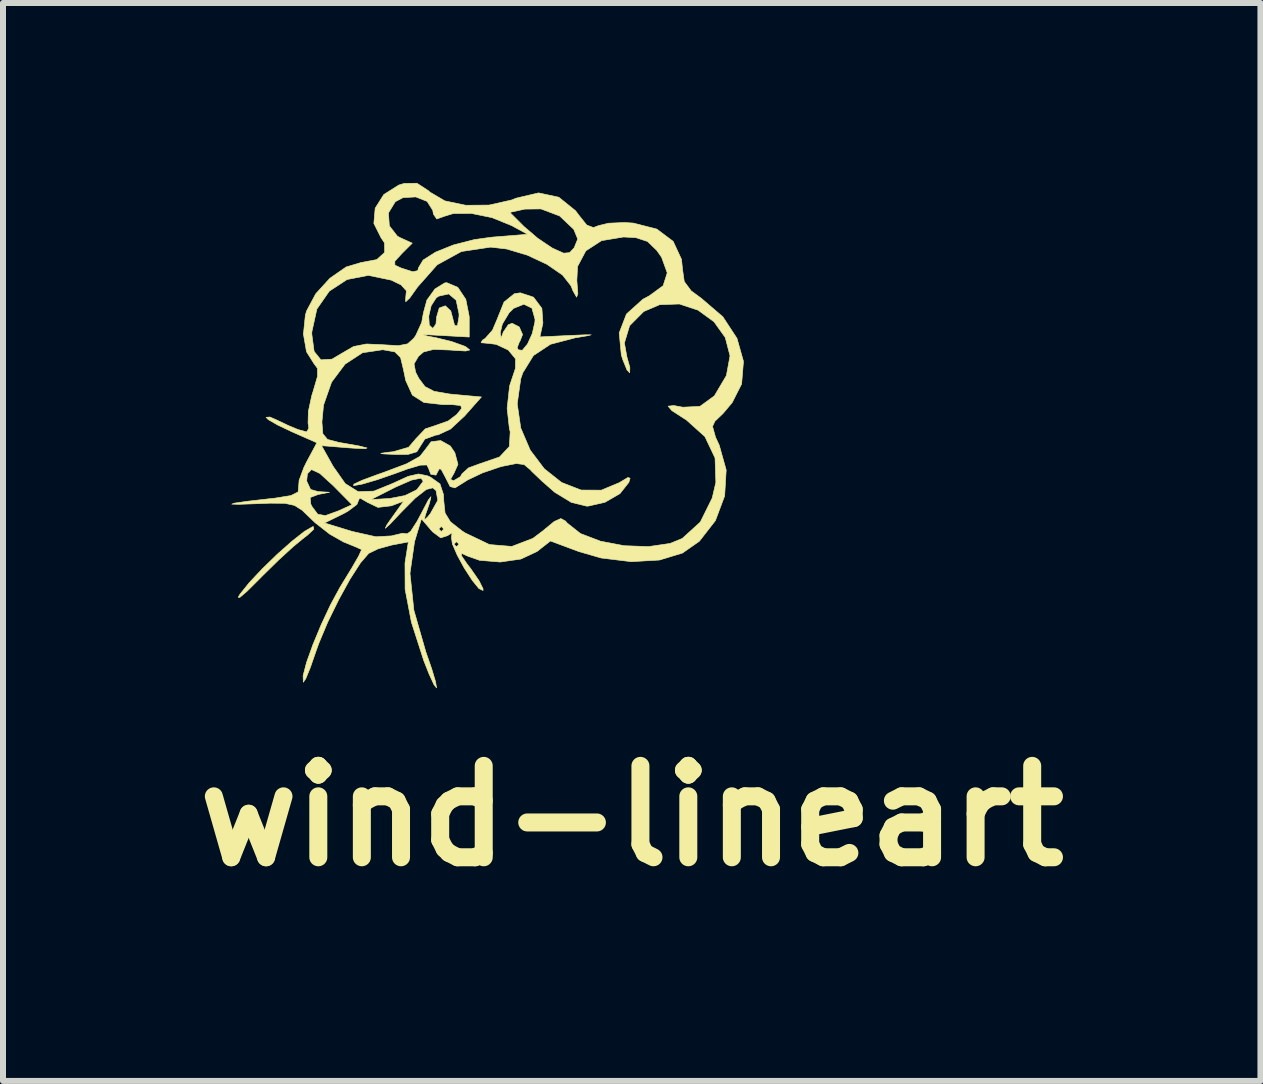
<source format=kicad_pcb>
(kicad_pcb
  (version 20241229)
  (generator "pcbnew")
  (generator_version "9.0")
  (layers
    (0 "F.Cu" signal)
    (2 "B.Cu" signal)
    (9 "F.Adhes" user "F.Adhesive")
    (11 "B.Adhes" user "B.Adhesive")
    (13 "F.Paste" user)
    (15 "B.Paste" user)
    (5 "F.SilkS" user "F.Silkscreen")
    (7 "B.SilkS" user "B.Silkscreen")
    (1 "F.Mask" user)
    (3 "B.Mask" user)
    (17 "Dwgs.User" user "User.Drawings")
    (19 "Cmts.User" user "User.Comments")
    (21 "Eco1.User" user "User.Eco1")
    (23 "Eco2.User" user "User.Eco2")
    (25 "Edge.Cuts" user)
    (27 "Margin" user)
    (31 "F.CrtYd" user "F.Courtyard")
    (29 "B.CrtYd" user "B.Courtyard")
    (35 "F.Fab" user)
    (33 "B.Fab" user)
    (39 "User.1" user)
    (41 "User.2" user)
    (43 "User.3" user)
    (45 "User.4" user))
  (footprint "wind-lineart"
    (layer "F.Cu")
    (at 4.942 4.203)
    (property "Reference" "wind-lineart" (at 2.54 6.35 0) (layer "F.SilkS") (effects (font (size 1.524 1.524) (thickness 0.3))))
    (attr through_hole)
    (fp_poly (pts (xy -2.761 1.57) (xy -2.871 1.673) (xy -2.921 1.71) (xy -3.101 1.858) (xy -3.349 2.085) (xy -3.618 2.349) (xy -3.674 2.406) (xy -3.872 2.603) (xy -3.993 2.706) (xy -4.021 2.704) (xy -3.992 2.655) (xy -3.838 2.463) (xy -3.619 2.23) (xy -3.37 1.988) (xy -3.124 1.77) (xy -2.916 1.606) (xy -2.782 1.529) (xy -2.766 1.527) (xy -2.761 1.57)) (stroke (width 0.01) (type solid)) (fill yes) (layer "F.SilkS"))
    (fp_poly (pts (xy 0.903 -2.298) (xy 1.042 -2.112) (xy 1.059 -1.867) (xy 1.059 -1.866) (xy 1.009 -1.636) (xy 1.499 -1.66) (xy 1.762 -1.671) (xy 1.864 -1.671) (xy 1.812 -1.657) (xy 1.615 -1.624) (xy 1.601 -1.622) (xy 1.185 -1.513) (xy 0.901 -1.325) (xy 0.724 -1.038) (xy 0.69 -0.939) (xy 0.631 -0.521) (xy 0.69 -0.116) (xy 0.848 0.252) (xy 1.082 0.562) (xy 1.371 0.791) (xy 1.695 0.917) (xy 2.033 0.919) (xy 2.333 0.794) (xy 2.476 0.708) (xy 2.513 0.72) (xy 2.492 0.789) (xy 2.344 0.976) (xy 2.094 1.121) (xy 1.812 1.185) (xy 1.787 1.185) (xy 1.533 1.123) (xy 1.264 0.959) (xy 1.255 0.953) (xy 1.046 0.77) (xy 0.876 0.608) (xy 0.847 0.576) (xy 0.746 0.492) (xy 0.615 0.475) (xy 0.393 0.519) (xy 0.339 0.533) (xy 0.054 0.63) (xy -0.196 0.749) (xy -0.254 0.786) (xy -0.406 0.881) (xy -0.488 0.859) (xy -0.568 0.701) (xy -0.568 0.701) (xy -0.638 0.57) (xy -0.673 0.564) (xy -0.674 0.572) (xy -0.724 0.668) (xy -0.81 0.653) (xy -0.847 0.554) (xy -0.876 0.499) (xy -0.984 0.502) (xy -1.2 0.566) (xy -1.399 0.639) (xy -1.698 0.743) (xy -1.95 0.817) (xy -2.097 0.844) (xy -2.093 0.819) (xy -1.954 0.754) (xy -1.709 0.663) (xy -1.595 0.623) (xy -1.217 0.481) (xy -0.992 0.356) (xy -0.904 0.245) (xy -0.804 0.111) (xy -0.645 0.092) (xy -0.484 0.183) (xy -0.409 0.294) (xy -0.357 0.488) (xy -0.421 0.632) (xy -0.481 0.738) (xy -0.431 0.762) (xy -0.317 0.695) (xy -0.288 0.645) (xy -0.18 0.547) (xy 0.017 0.475) (xy 0.021 0.474) (xy 0.337 0.365) (xy 0.5 0.191) (xy 0.514 -0.054) (xy 0.5 -0.111) (xy 0.463 -0.445) (xy 0.504 -0.82) (xy 0.601 -1.111) (xy 0.603 -1.271) (xy 0.481 -1.418) (xy 0.279 -1.512) (xy 0.163 -1.527) (xy 0.029 -1.539) (xy 0.05 -1.581) (xy 0.096 -1.61) (xy 0.181 -1.705) (xy 0.348 -1.705) (xy 0.362 -1.618) (xy 0.391 -1.693) (xy 0.397 -1.714) (xy 0.483 -1.84) (xy 0.547 -1.863) (xy 0.665 -1.802) (xy 0.72 -1.676) (xy 0.678 -1.567) (xy 0.672 -1.563) (xy 0.631 -1.459) (xy 0.646 -1.422) (xy 0.715 -1.412) (xy 0.803 -1.518) (xy 0.882 -1.692) (xy 0.926 -1.886) (xy 0.928 -1.929) (xy 0.876 -2.116) (xy 0.741 -2.181) (xy 0.57 -2.112) (xy 0.495 -2.037) (xy 0.383 -1.85) (xy 0.348 -1.705) (xy 0.181 -1.705) (xy 0.219 -1.749) (xy 0.294 -1.925) (xy 0.411 -2.217) (xy 0.583 -2.356) (xy 0.682 -2.371) (xy 0.903 -2.298)) (stroke (width 0.01) (type solid)) (fill yes) (layer "F.SilkS"))
    (fp_poly (pts (xy -0.848 -4.073) (xy -0.826 -4.051) (xy -0.576 -3.904) (xy -0.229 -3.831) (xy 0.161 -3.834) (xy 0.535 -3.918) (xy 0.613 -3.949) (xy 0.987 -4.037) (xy 1.324 -3.965) (xy 1.603 -3.74) (xy 1.656 -3.669) (xy 1.791 -3.5) (xy 1.903 -3.459) (xy 1.985 -3.491) (xy 2.155 -3.532) (xy 2.417 -3.543) (xy 2.566 -3.534) (xy 2.958 -3.434) (xy 3.231 -3.229) (xy 3.37 -2.929) (xy 3.387 -2.761) (xy 3.416 -2.559) (xy 3.531 -2.404) (xy 3.701 -2.279) (xy 4.059 -1.972) (xy 4.295 -1.612) (xy 4.403 -1.228) (xy 4.372 -0.851) (xy 4.215 -0.541) (xy 4.063 -0.36) (xy 3.939 -0.241) (xy 3.929 -0.234) (xy 3.887 -0.144) (xy 3.938 0.039) (xy 3.999 0.169) (xy 4.115 0.583) (xy 4.089 1.016) (xy 3.935 1.427) (xy 3.667 1.771) (xy 3.385 1.968) (xy 3.002 2.084) (xy 2.532 2.111) (xy 2.03 2.05) (xy 1.654 1.941) (xy 1.185 1.766) (xy 0.962 1.941) (xy 0.693 2.067) (xy 0.347 2.117) (xy 0.002 2.088) (xy -0.196 2.018) (xy -0.295 1.973) (xy -0.301 2.009) (xy -0.208 2.145) (xy -0.139 2.235) (xy -0.006 2.428) (xy 0.061 2.562) (xy 0.061 2.592) (xy -0.007 2.56) (xy -0.12 2.421) (xy -0.25 2.22) (xy -0.369 2.003) (xy -0.448 1.82) (xy -0.423 1.82) (xy -0.381 1.863) (xy -0.339 1.82) (xy -0.381 1.778) (xy -0.423 1.82) (xy -0.448 1.82) (xy -0.45 1.816) (xy -0.466 1.706) (xy -0.455 1.63) (xy -0.532 1.678) (xy -0.645 1.714) (xy -0.778 1.615) (xy -0.806 1.584) (xy -0.821 1.566) (xy -0.677 1.566) (xy -0.635 1.609) (xy -0.593 1.566) (xy -0.635 1.524) (xy -0.677 1.566) (xy -0.821 1.566) (xy -0.966 1.397) (xy -1.081 1.778) (xy -1.157 2.305) (xy -1.092 2.921) (xy -0.893 3.614) (xy -0.795 3.897) (xy -0.731 4.11) (xy -0.714 4.212) (xy -0.715 4.215) (xy -0.758 4.159) (xy -0.839 3.983) (xy -0.927 3.76) (xy -1.133 3.12) (xy -1.238 2.571) (xy -1.24 2.134) (xy -1.236 2.108) (xy -1.184 1.782) (xy -1.46 1.834) (xy -1.686 1.896) (xy -1.844 1.972) (xy -1.845 1.973) (xy -1.982 2.131) (xy -2.157 2.403) (xy -2.346 2.747) (xy -2.528 3.118) (xy -2.677 3.473) (xy -2.727 3.613) (xy -2.819 3.878) (xy -2.894 4.061) (xy -2.935 4.121) (xy -2.935 4.121) (xy -2.939 4.012) (xy -2.881 3.79) (xy -2.775 3.494) (xy -2.637 3.162) (xy -2.482 2.831) (xy -2.325 2.541) (xy -2.291 2.485) (xy -2.129 2.22) (xy -2.013 2.019) (xy -1.965 1.915) (xy -1.965 1.909) (xy -2.052 1.869) (xy -2.233 1.795) (xy -2.262 1.784) (xy -2.495 1.652) (xy -2.732 1.466) (xy -2.582 1.466) (xy -2.117 1.608) (xy -1.724 1.696) (xy -1.459 1.681) (xy -1.449 1.677) (xy -1.281 1.637) (xy -1.203 1.647) (xy -1.145 1.604) (xy -1.042 1.445) (xy -0.959 1.29) (xy -0.85 1.081) (xy -0.807 1.028) (xy -0.83 1.131) (xy -0.9 1.333) (xy -0.921 1.418) (xy -0.865 1.369) (xy -0.818 1.312) (xy -0.693 1.088) (xy -0.722 0.926) (xy -0.776 0.88) (xy -0.884 0.907) (xy -1.07 1.052) (xy -1.294 1.277) (xy -1.485 1.48) (xy -1.568 1.555) (xy -1.546 1.503) (xy -1.488 1.419) (xy -1.262 1.102) (xy -1.468 1.18) (xy -1.691 1.206) (xy -1.866 1.122) (xy -1.945 1.076) (xy -1.808 1.076) (xy -1.489 1.057) (xy -1.241 1.009) (xy -1.052 0.917) (xy -1.035 0.902) (xy -0.936 0.77) (xy -0.972 0.719) (xy -1.128 0.75) (xy -1.39 0.864) (xy -1.404 0.871) (xy -1.808 1.076) (xy -1.945 1.076) (xy -1.987 1.052) (xy -2.008 1.07) (xy -2.007 1.072) (xy -2.042 1.158) (xy -2.192 1.27) (xy -2.268 1.312) (xy -2.582 1.466) (xy -2.732 1.466) (xy -2.743 1.457) (xy -2.807 1.396) (xy -2.954 1.254) (xy -3.082 1.173) (xy -3.243 1.138) (xy -3.489 1.136) (xy -3.72 1.145) (xy -4.008 1.155) (xy -4.128 1.152) (xy -4.081 1.135) (xy -3.866 1.104) (xy -3.483 1.06) (xy -3.413 1.053) (xy -3.142 1.009) (xy -3.022 0.949) (xy -3.016 0.893) (xy -3.006 0.767) (xy -2.879 0.767) (xy -2.814 0.907) (xy -2.688 0.943) (xy -2.498 0.954) (xy -2.688 0.991) (xy -2.821 1.042) (xy -2.811 1.15) (xy -2.791 1.191) (xy -2.695 1.32) (xy -2.568 1.343) (xy -2.357 1.267) (xy -2.336 1.258) (xy -2.123 1.161) (xy -2.437 0.843) (xy -2.66 0.64) (xy -2.799 0.575) (xy -2.867 0.646) (xy -2.879 0.767) (xy -3.006 0.767) (xy -3.005 0.755) (xy -2.926 0.541) (xy -2.884 0.455) (xy -2.709 0.129) (xy -3.133 -0.058) (xy -3.366 -0.169) (xy -3.52 -0.258) (xy -3.556 -0.295) (xy -3.494 -0.301) (xy -3.392 -0.257) (xy -3.179 -0.156) (xy -3.024 -0.092) (xy -2.879 -0.052) (xy -2.843 -0.115) (xy -2.856 -0.2) (xy -2.851 -0.394) (xy -2.795 -0.655) (xy -2.768 -0.741) (xy -2.699 -0.977) (xy -2.699 -1.112) (xy -2.757 -1.19) (xy -2.882 -1.389) (xy -2.933 -1.681) (xy -2.933 -1.685) (xy -2.794 -1.685) (xy -2.755 -1.394) (xy -2.642 -1.254) (xy -2.458 -1.265) (xy -2.297 -1.36) (xy -2.098 -1.476) (xy -1.882 -1.518) (xy -1.616 -1.506) (xy -1.352 -1.49) (xy -1.197 -1.52) (xy -1.095 -1.611) (xy -1.06 -1.661) (xy -0.961 -1.878) (xy -0.943 -1.982) (xy -0.844 -1.982) (xy -0.835 -1.833) (xy -0.776 -1.778) (xy -0.724 -1.85) (xy -0.713 -1.968) (xy -0.669 -2.118) (xy -0.568 -2.155) (xy -0.477 -2.07) (xy -0.459 -2.003) (xy -0.413 -1.829) (xy -0.366 -1.82) (xy -0.34 -1.972) (xy -0.339 -2.021) (xy -0.387 -2.248) (xy -0.511 -2.353) (xy -0.68 -2.315) (xy -0.721 -2.285) (xy -0.804 -2.155) (xy -0.844 -1.982) (xy -0.943 -1.982) (xy -0.931 -2.044) (xy -0.875 -2.25) (xy -0.74 -2.436) (xy -0.578 -2.536) (xy -0.543 -2.54) (xy -0.36 -2.463) (xy -0.226 -2.262) (xy -0.17 -1.979) (xy -0.169 -1.954) (xy -0.169 -1.634) (xy -0.614 -1.659) (xy -0.856 -1.672) (xy -0.937 -1.67) (xy -0.868 -1.65) (xy -0.72 -1.622) (xy -0.46 -1.558) (xy -0.25 -1.483) (xy -0.221 -1.468) (xy -0.16 -1.418) (xy -0.229 -1.401) (xy -0.447 -1.414) (xy -0.479 -1.417) (xy -0.761 -1.428) (xy -0.931 -1.385) (xy -1.015 -1.313) (xy -1.089 -1.187) (xy -1.063 -1.048) (xy -1.009 -0.944) (xy -0.906 -0.807) (xy -0.755 -0.729) (xy -0.502 -0.685) (xy -0.425 -0.677) (xy 0.034 -0.635) (xy -0.246 -0.318) (xy -0.481 -0.1) (xy -0.689 -0.003) (xy -0.723 0) (xy -0.91 0.068) (xy -0.974 0.169) (xy -1.043 0.279) (xy -1.19 0.323) (xy -1.382 0.324) (xy -1.594 0.315) (xy -1.644 0.305) (xy -1.539 0.289) (xy -1.437 0.278) (xy -1.18 0.204) (xy -1.056 0.059) (xy -0.902 -0.103) (xy -0.75 -0.153) (xy -0.519 -0.235) (xy -0.377 -0.343) (xy -0.295 -0.444) (xy -0.311 -0.492) (xy -0.451 -0.507) (xy -0.612 -0.508) (xy -0.923 -0.542) (xy -1.117 -0.666) (xy -1.228 -0.91) (xy -1.264 -1.084) (xy -1.314 -1.293) (xy -1.41 -1.387) (xy -1.609 -1.422) (xy -1.614 -1.422) (xy -1.948 -1.372) (xy -2.239 -1.182) (xy -2.464 -0.882) (xy -2.598 -0.499) (xy -2.625 -0.218) (xy -2.61 -0.022) (xy -2.532 0.073) (xy -2.342 0.123) (xy -2.307 0.129) (xy -2.009 0.181) (xy -1.873 0.215) (xy -1.901 0.228) (xy -2.095 0.219) (xy -2.184 0.213) (xy -2.631 0.177) (xy -2.438 0.522) (xy -2.236 0.81) (xy -2.021 0.944) (xy -1.759 0.935) (xy -1.445 0.807) (xy -1.188 0.689) (xy -1.016 0.649) (xy -0.867 0.679) (xy -0.815 0.702) (xy -0.657 0.814) (xy -0.598 0.993) (xy -0.593 1.103) (xy -0.572 1.3) (xy -0.483 1.446) (xy -0.288 1.599) (xy -0.237 1.632) (xy 0.169 1.826) (xy 0.541 1.857) (xy 0.892 1.723) (xy 1.059 1.597) (xy 1.247 1.442) (xy 1.358 1.392) (xy 1.436 1.434) (xy 1.464 1.467) (xy 1.685 1.642) (xy 2.02 1.77) (xy 2.415 1.845) (xy 2.819 1.86) (xy 3.181 1.807) (xy 3.383 1.724) (xy 3.684 1.45) (xy 3.882 1.05) (xy 3.943 0.788) (xy 3.929 0.381) (xy 3.76 0.026) (xy 3.447 -0.255) (xy 3.424 -0.268) (xy 3.208 -0.408) (xy 3.147 -0.481) (xy 3.24 -0.492) (xy 3.392 -0.464) (xy 3.677 -0.478) (xy 3.918 -0.653) (xy 4.118 -0.991) (xy 4.119 -0.995) (xy 4.179 -1.321) (xy 4.099 -1.627) (xy 3.912 -1.888) (xy 3.646 -2.082) (xy 3.334 -2.185) (xy 3.005 -2.173) (xy 2.741 -2.06) (xy 2.505 -1.823) (xy 2.418 -1.535) (xy 2.46 -1.301) (xy 2.509 -1.126) (xy 2.506 -1.038) (xy 2.461 -1.085) (xy 2.394 -1.25) (xy 2.367 -1.333) (xy 2.331 -1.702) (xy 2.452 -2.017) (xy 2.726 -2.264) (xy 2.833 -2.321) (xy 3.064 -2.49) (xy 3.132 -2.704) (xy 3.038 -2.964) (xy 2.957 -3.079) (xy 2.804 -3.227) (xy 2.61 -3.291) (xy 2.403 -3.302) (xy 2.037 -3.241) (xy 1.775 -3.071) (xy 1.637 -2.811) (xy 1.625 -2.577) (xy 1.642 -2.356) (xy 1.621 -2.299) (xy 1.56 -2.406) (xy 1.528 -2.487) (xy 1.387 -2.667) (xy 1.127 -2.846) (xy 0.8 -2.999) (xy 0.455 -3.102) (xy 0.187 -3.133) (xy -0.299 -3.06) (xy -0.704 -2.838) (xy -1.033 -2.466) (xy -1.036 -2.461) (xy -1.16 -2.286) (xy -1.228 -2.222) (xy -1.23 -2.267) (xy -1.217 -2.405) (xy -1.305 -2.503) (xy -1.47 -2.583) (xy -1.851 -2.662) (xy -2.205 -2.593) (xy -2.502 -2.399) (xy -2.709 -2.101) (xy -2.793 -1.72) (xy -2.794 -1.685) (xy -2.933 -1.685) (xy -2.901 -1.999) (xy -2.88 -2.07) (xy -2.728 -2.355) (xy -2.492 -2.614) (xy -2.221 -2.802) (xy -1.963 -2.879) (xy -1.955 -2.879) (xy -1.711 -2.925) (xy -1.579 -3.044) (xy -1.582 -3.205) (xy -1.639 -3.289) (xy -1.759 -3.528) (xy -1.744 -3.703) (xy -1.516 -3.703) (xy -1.501 -3.488) (xy -1.368 -3.317) (xy -1.322 -3.291) (xy -1.119 -3.199) (xy -1.294 -3.024) (xy -1.41 -2.897) (xy -1.408 -2.833) (xy -1.306 -2.785) (xy -1.109 -2.722) (xy -1.026 -2.741) (xy -1.016 -2.787) (xy -0.938 -2.917) (xy -0.731 -3.049) (xy -0.433 -3.169) (xy -0.082 -3.259) (xy 0.207 -3.299) (xy 0.804 -3.347) (xy 0.538 -3.492) (xy 0.21 -3.625) (xy -0.134 -3.695) (xy -0.434 -3.693) (xy -0.576 -3.65) (xy -0.711 -3.602) (xy -0.766 -3.684) (xy -0.771 -3.712) (xy 0.508 -3.712) (xy 0.743 -3.477) (xy 0.971 -3.282) (xy 1.21 -3.121) (xy 1.227 -3.112) (xy 1.405 -3.032) (xy 1.505 -3.041) (xy 1.58 -3.121) (xy 1.64 -3.268) (xy 1.574 -3.429) (xy 1.339 -3.652) (xy 1.027 -3.77) (xy 0.759 -3.767) (xy 0.508 -3.712) (xy -0.771 -3.712) (xy -0.777 -3.747) (xy -0.871 -3.895) (xy -1.059 -3.97) (xy -1.273 -3.958) (xy -1.402 -3.89) (xy -1.516 -3.703) (xy -1.744 -3.703) (xy -1.737 -3.782) (xy -1.593 -4.01) (xy -1.343 -4.168) (xy -1.253 -4.195) (xy -1.041 -4.198) (xy -0.848 -4.073)) (stroke (width 0.01) (type solid)) (fill yes) (layer "F.SilkS")))
  (gr_rect
    (start -3 -3)
    (end 17.964 14.971)
    (stroke (width 0.1) (type default))
    (fill no)
    (layer "Edge.Cuts")))
</source>
